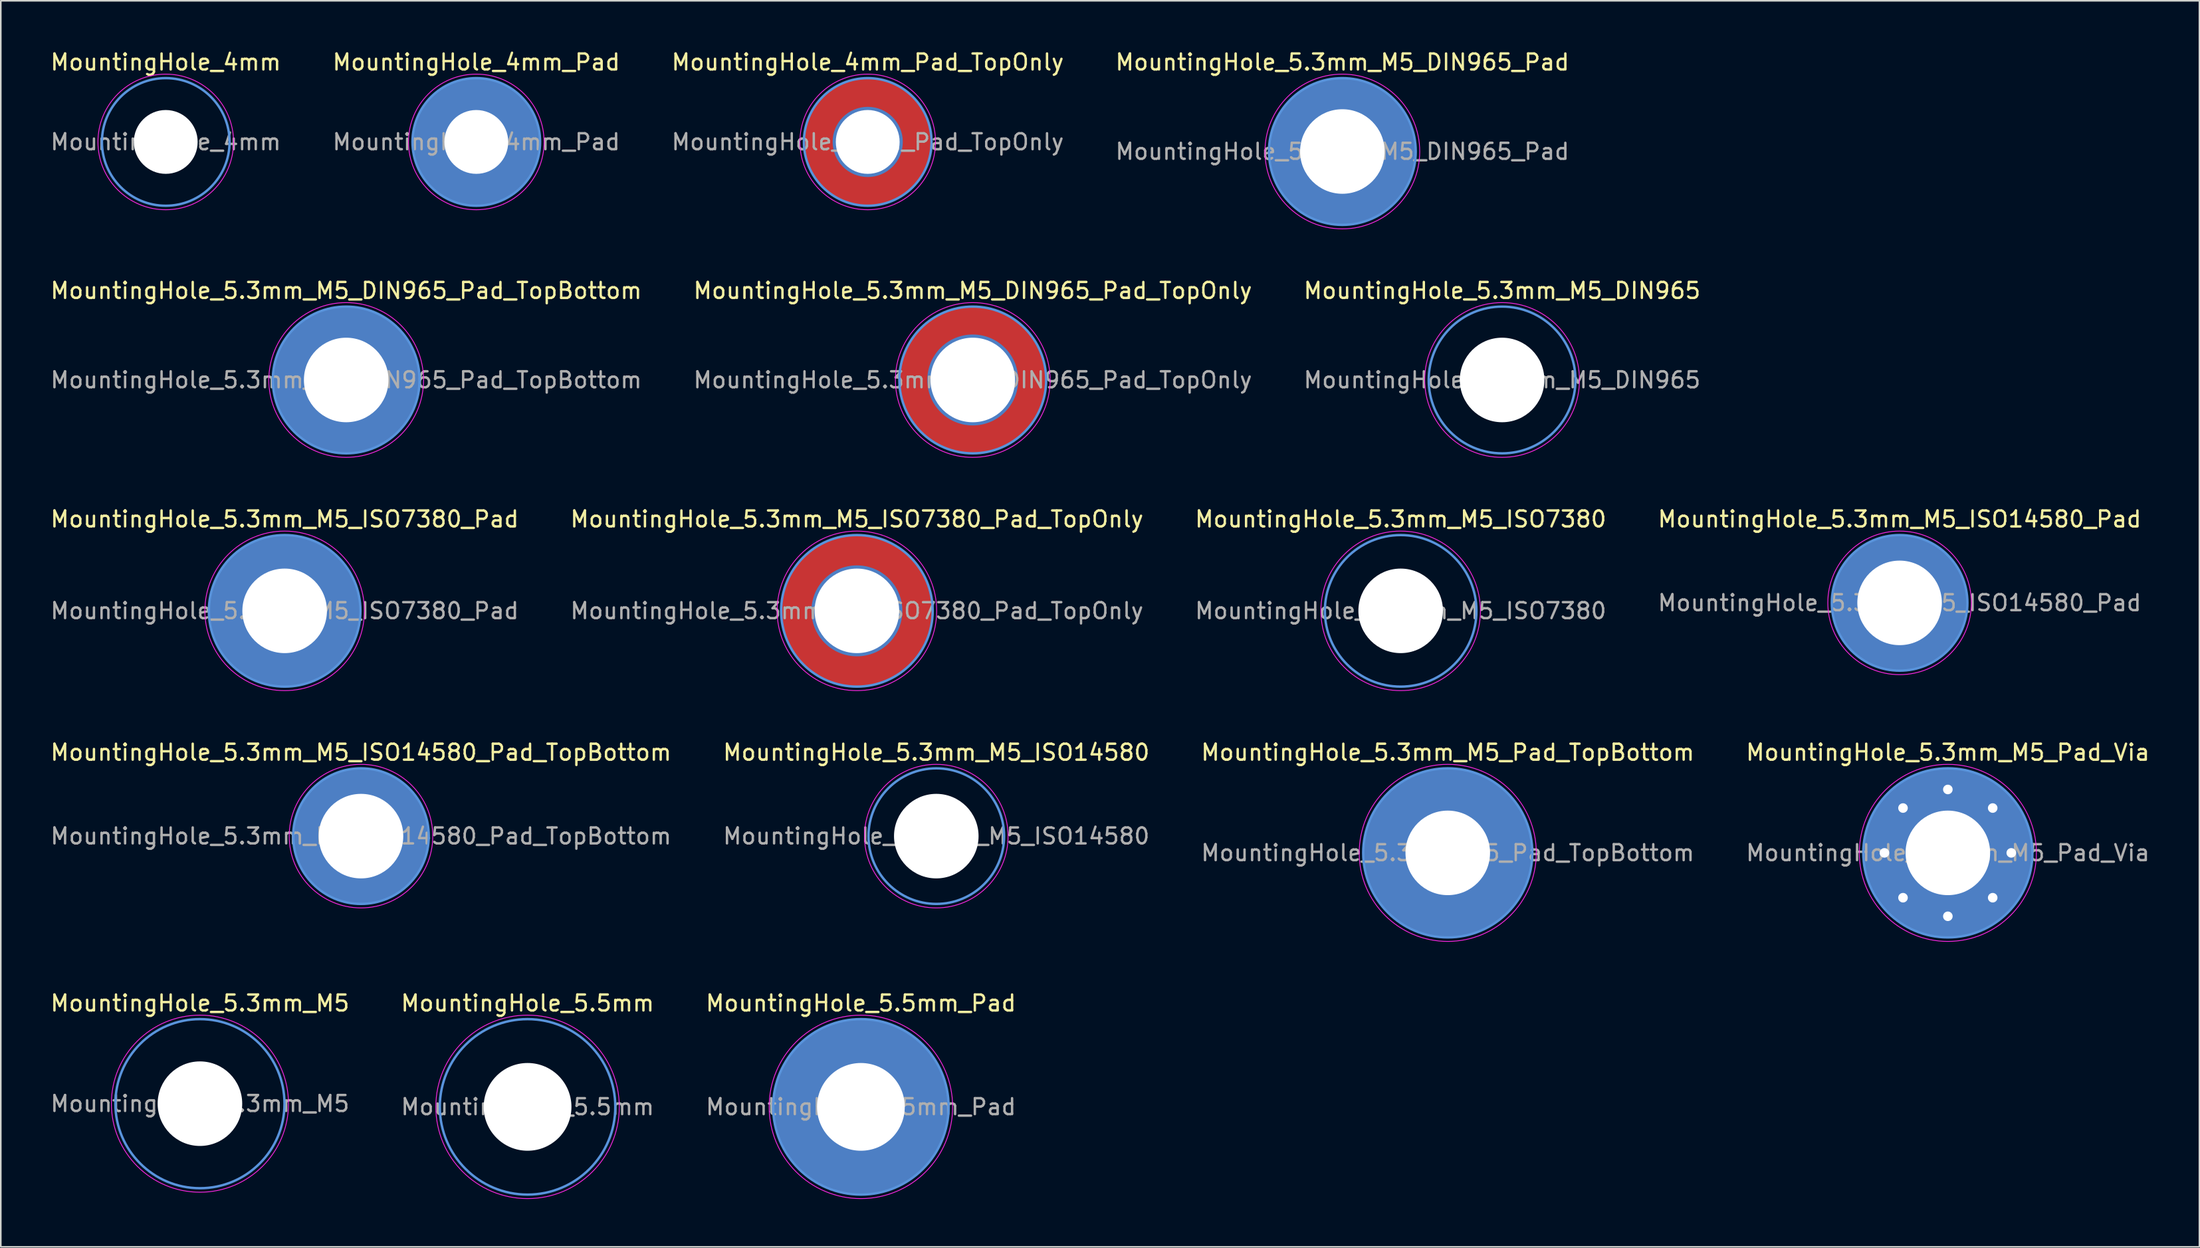
<source format=kicad_pcb>
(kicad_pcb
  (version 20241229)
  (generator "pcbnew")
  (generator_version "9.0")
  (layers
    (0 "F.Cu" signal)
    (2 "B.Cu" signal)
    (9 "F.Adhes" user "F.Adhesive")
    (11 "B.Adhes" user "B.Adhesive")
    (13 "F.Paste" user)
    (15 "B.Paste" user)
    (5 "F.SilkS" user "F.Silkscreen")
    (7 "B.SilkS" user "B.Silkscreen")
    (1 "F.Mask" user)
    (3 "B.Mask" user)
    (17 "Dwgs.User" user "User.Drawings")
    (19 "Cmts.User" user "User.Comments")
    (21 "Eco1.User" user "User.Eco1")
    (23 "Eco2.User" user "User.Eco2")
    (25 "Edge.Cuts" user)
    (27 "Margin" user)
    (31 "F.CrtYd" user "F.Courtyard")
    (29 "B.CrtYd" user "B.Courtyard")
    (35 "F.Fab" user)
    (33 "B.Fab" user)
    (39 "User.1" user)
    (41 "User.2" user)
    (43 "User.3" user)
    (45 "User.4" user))
  (footprint "MountingHole_5.3mm_M5_DIN965_Pad"
    (layer "F.Cu")
    (at 81.089 6.448)
    (property "Reference" "MountingHole_5.3mm_M5_DIN965_Pad" (at 0 -5.6 0) (layer "F.SilkS") (effects (font (size 1 1) (thickness 0.15))))
    (attr through_hole exclude_from_pos_files exclude_from_bom)
    (fp_circle (center 0 0) (end 4.6 0) (stroke (width 0.15) (type solid)) (fill no) (layer "Cmts.User"))
    (fp_circle (center 0 0) (end 4.85 0) (stroke (width 0.05) (type solid)) (fill no) (layer "F.CrtYd"))
    (fp_text user "${REFERENCE}" (at 0 0 0) (layer "F.Fab") (effects (font (size 1 1) (thickness 0.15))))
    (pad "" thru_hole circle (at 0 0) (size 9.2 9.2) (drill 5.3) (layers "*.Cu" "*.Mask")))
  (footprint "MountingHole_5.3mm_M5_DIN965_Pad_TopOnly"
    (layer "F.Cu")
    (at 57.923 20.771)
    (property "Reference" "MountingHole_5.3mm_M5_DIN965_Pad_TopOnly" (at 0 -5.6 0) (layer "F.SilkS") (effects (font (size 1 1) (thickness 0.15))))
    (attr exclude_from_pos_files exclude_from_bom)
    (fp_circle (center 0 0) (end 4.6 0) (stroke (width 0.15) (type solid)) (fill no) (layer "Cmts.User"))
    (fp_circle (center 0 0) (end 4.85 0) (stroke (width 0.05) (type solid)) (fill no) (layer "F.CrtYd"))
    (fp_text user "${REFERENCE}" (at 0 0 0) (layer "F.Fab") (effects (font (size 1 1) (thickness 0.15))))
    (pad "1" thru_hole circle (at 0 0) (size 5.7 5.7) (drill 5.3) (layers "*.Cu" "*.Mask"))
    (pad "1" connect circle (at 0 0) (size 9.2 9.2) (layers "F.Cu" "F.Mask")))
  (footprint "MountingHole_5.3mm_M5_ISO7380"
    (layer "F.Cu")
    (at 84.744 35.245)
    (property "Reference" "MountingHole_5.3mm_M5_ISO7380" (at 0 -5.75 0) (layer "F.SilkS") (effects (font (size 1 1) (thickness 0.15))))
    (attr through_hole exclude_from_pos_files exclude_from_bom)
    (fp_circle (center 0 0) (end 4.75 0) (stroke (width 0.15) (type solid)) (fill no) (layer "Cmts.User"))
    (fp_circle (center 0 0) (end 5 0) (stroke (width 0.05) (type solid)) (fill no) (layer "F.CrtYd"))
    (fp_text user "${REFERENCE}" (at 0 0 0) (layer "F.Fab") (effects (font (size 1 1) (thickness 0.15))))
    (pad "" np_thru_hole circle (at 0 0) (size 5.3 5.3) (drill 5.3) (layers "*.Cu" "*.Mask")))
  (footprint "MountingHole_5.3mm_M5_Pad_Via"
    (layer "F.Cu")
    (at 119.042 50.418)
    (property "Reference" "MountingHole_5.3mm_M5_Pad_Via" (at 0 -6.3 0) (layer "F.SilkS") (effects (font (size 1 1) (thickness 0.15))))
    (attr exclude_from_pos_files exclude_from_bom)
    (fp_circle (center 0 0) (end 5.3 0) (stroke (width 0.15) (type solid)) (fill no) (layer "Cmts.User"))
    (fp_circle (center 0 0) (end 5.55 0) (stroke (width 0.05) (type solid)) (fill no) (layer "F.CrtYd"))
    (fp_text user "${REFERENCE}" (at 0 0 0) (layer "F.Fab") (effects (font (size 1 1) (thickness 0.15))))
    (pad "" thru_hole circle (at -3.975 0) (size 0.9 0.9) (drill 0.6) (layers "*.Cu" "*.Mask"))
    (pad "" thru_hole circle (at -2.811 -2.811) (size 0.9 0.9) (drill 0.6) (layers "*.Cu" "*.Mask"))
    (pad "" thru_hole circle (at -2.811 2.811) (size 0.9 0.9) (drill 0.6) (layers "*.Cu" "*.Mask"))
    (pad "" thru_hole circle (at 0 -3.975) (size 0.9 0.9) (drill 0.6) (layers "*.Cu" "*.Mask"))
    (pad "" thru_hole circle (at 0 0) (size 10.6 10.6) (drill 5.3) (layers "*.Cu" "*.Mask"))
    (pad "" thru_hole circle (at 0 3.975) (size 0.9 0.9) (drill 0.6) (layers "*.Cu" "*.Mask"))
    (pad "" thru_hole circle (at 2.811 -2.811) (size 0.9 0.9) (drill 0.6) (layers "*.Cu" "*.Mask"))
    (pad "" thru_hole circle (at 2.811 2.811) (size 0.9 0.9) (drill 0.6) (layers "*.Cu" "*.Mask"))
    (pad "" thru_hole circle (at 3.975 0) (size 0.9 0.9) (drill 0.6) (layers "*.Cu" "*.Mask")))
  (footprint "MountingHole_5.5mm_Pad"
    (layer "F.Cu")
    (at 50.911 66.341)
    (property "Reference" "MountingHole_5.5mm_Pad" (at 0 -6.5 0) (layer "F.SilkS") (effects (font (size 1 1) (thickness 0.15))))
    (attr exclude_from_pos_files exclude_from_bom)
    (fp_circle (center 0 0) (end 5.5 0) (stroke (width 0.15) (type solid)) (fill no) (layer "Cmts.User"))
    (fp_circle (center 0 0) (end 5.75 0) (stroke (width 0.05) (type solid)) (fill no) (layer "F.CrtYd"))
    (fp_text user "${REFERENCE}" (at 0 0 0) (layer "F.Fab") (effects (font (size 1 1) (thickness 0.15))))
    (pad "1" thru_hole circle (at 0 0) (size 11 11) (drill 5.5) (layers "*.Cu" "*.Mask")))
  (footprint "MountingHole_5.3mm_M5_ISO14580"
    (layer "F.Cu")
    (at 55.637 49.368)
    (property "Reference" "MountingHole_5.3mm_M5_ISO14580" (at 0 -5.25 0) (layer "F.SilkS") (effects (font (size 1 1) (thickness 0.15))))
    (attr exclude_from_pos_files exclude_from_bom)
    (fp_circle (center 0 0) (end 4.25 0) (stroke (width 0.15) (type solid)) (fill no) (layer "Cmts.User"))
    (fp_circle (center 0 0) (end 4.5 0) (stroke (width 0.05) (type solid)) (fill no) (layer "F.CrtYd"))
    (fp_text user "${REFERENCE}" (at 0 0 0) (layer "F.Fab") (effects (font (size 1 1) (thickness 0.15))))
    (pad "" np_thru_hole circle (at 0 0) (size 5.3 5.3) (drill 5.3) (layers "*.Cu" "*.Mask")))
  (footprint "MountingHole_5.3mm_M5_ISO14580_Pad_TopBottom"
    (layer "F.Cu")
    (at 19.577 49.368)
    (property "Reference" "MountingHole_5.3mm_M5_ISO14580_Pad_TopBottom" (at 0 -5.25 0) (layer "F.SilkS") (effects (font (size 1 1) (thickness 0.15))))
    (attr exclude_from_pos_files exclude_from_bom)
    (fp_circle (center 0 0) (end 4.25 0) (stroke (width 0.15) (type solid)) (fill no) (layer "Cmts.User"))
    (fp_circle (center 0 0) (end 4.5 0) (stroke (width 0.05) (type solid)) (fill no) (layer "F.CrtYd"))
    (fp_text user "${REFERENCE}" (at 0 0 0) (layer "F.Fab") (effects (font (size 1 1) (thickness 0.15))))
    (pad "" thru_hole circle (at 0 0) (size 5.7 5.7) (drill 5.3) (layers "*.Cu" "*.Mask"))
    (pad "" connect circle (at 0 0) (size 8.5 8.5) (layers "F.Cu" "F.Mask"))
    (pad "" connect circle (at 0 0) (size 8.5 8.5) (layers "B.Cu" "B.Mask")))
  (footprint "MountingHole_5.3mm_M5_ISO7380_Pad_TopOnly"
    (layer "F.Cu")
    (at 50.661 35.245)
    (property "Reference" "MountingHole_5.3mm_M5_ISO7380_Pad_TopOnly" (at 0 -5.75 0) (layer "F.SilkS") (effects (font (size 1 1) (thickness 0.15))))
    (attr through_hole exclude_from_pos_files exclude_from_bom)
    (fp_circle (center 0 0) (end 4.75 0) (stroke (width 0.15) (type solid)) (fill no) (layer "Cmts.User"))
    (fp_circle (center 0 0) (end 5 0) (stroke (width 0.05) (type solid)) (fill no) (layer "F.CrtYd"))
    (fp_text user "${REFERENCE}" (at 0 0 0) (layer "F.Fab") (effects (font (size 1 1) (thickness 0.15))))
    (pad "" thru_hole circle (at 0 0) (size 5.7 5.7) (drill 5.3) (layers "*.Cu" "*.Mask"))
    (pad "" connect circle (at 0 0) (size 9.5 9.5) (layers "F.Cu" "F.Mask")))
  (footprint "MountingHole_4mm_Pad"
    (layer "F.Cu")
    (at 26.804 5.848)
    (property "Reference" "MountingHole_4mm_Pad" (at 0 -5 0) (layer "F.SilkS") (effects (font (size 1 1) (thickness 0.15))))
    (attr exclude_from_pos_files exclude_from_bom)
    (fp_circle (center 0 0) (end 4 0) (stroke (width 0.15) (type solid)) (fill no) (layer "Cmts.User"))
    (fp_circle (center 0 0) (end 4.25 0) (stroke (width 0.05) (type solid)) (fill no) (layer "F.CrtYd"))
    (fp_text user "${REFERENCE}" (at 0 0 0) (layer "F.Fab") (effects (font (size 1 1) (thickness 0.15))))
    (pad "" thru_hole circle (at 0 0) (size 8 8) (drill 4) (layers "*.Cu" "*.Mask")))
  (footprint "MountingHole_5.3mm_M5_ISO7380_Pad"
    (layer "F.Cu")
    (at 14.792 35.245)
    (property "Reference" "MountingHole_5.3mm_M5_ISO7380_Pad" (at 0 -5.75 0) (layer "F.SilkS") (effects (font (size 1 1) (thickness 0.15))))
    (attr exclude_from_pos_files exclude_from_bom)
    (fp_circle (center 0 0) (end 4.75 0) (stroke (width 0.15) (type solid)) (fill no) (layer "Cmts.User"))
    (fp_circle (center 0 0) (end 5 0) (stroke (width 0.05) (type solid)) (fill no) (layer "F.CrtYd"))
    (fp_text user "${REFERENCE}" (at 0 0 0) (layer "F.Fab") (effects (font (size 1 1) (thickness 0.15))))
    (pad "1" thru_hole circle (at 0 0) (size 9.5 9.5) (drill 5.3) (layers "*.Cu" "*.Mask")))
  (footprint "MountingHole_5.3mm_M5_ISO14580_Pad"
    (layer "F.Cu")
    (at 116.018 34.745)
    (property "Reference" "MountingHole_5.3mm_M5_ISO14580_Pad" (at 0 -5.25 0) (layer "F.SilkS") (effects (font (size 1 1) (thickness 0.15))))
    (attr exclude_from_pos_files exclude_from_bom)
    (fp_circle (center 0 0) (end 4.25 0) (stroke (width 0.15) (type solid)) (fill no) (layer "Cmts.User"))
    (fp_circle (center 0 0) (end 4.5 0) (stroke (width 0.05) (type solid)) (fill no) (layer "F.CrtYd"))
    (fp_text user "${REFERENCE}" (at 0 0 0) (layer "F.Fab") (effects (font (size 1 1) (thickness 0.15))))
    (pad "" thru_hole circle (at 0 0) (size 8.5 8.5) (drill 5.3) (layers "*.Cu" "*.Mask")))
  (footprint "MountingHole_4mm"
    (layer "F.Cu")
    (at 7.339 5.848)
    (property "Reference" "MountingHole_4mm" (at 0 -5 0) (layer "F.SilkS") (effects (font (size 1 1) (thickness 0.15))))
    (attr exclude_from_pos_files exclude_from_bom)
    (fp_circle (center 0 0) (end 4 0) (stroke (width 0.15) (type solid)) (fill no) (layer "Cmts.User"))
    (fp_circle (center 0 0) (end 4.25 0) (stroke (width 0.05) (type solid)) (fill no) (layer "F.CrtYd"))
    (fp_text user "${REFERENCE}" (at 0 0 0) (layer "F.Fab") (effects (font (size 1 1) (thickness 0.15))))
    (pad "" np_thru_hole circle (at 0 0) (size 4 4) (drill 4) (layers "*.Cu" "*.Mask")))
  (footprint "MountingHole_5.3mm_M5_Pad_TopBottom"
    (layer "F.Cu")
    (at 87.696 50.418)
    (property "Reference" "MountingHole_5.3mm_M5_Pad_TopBottom" (at 0 -6.3 0) (layer "F.SilkS") (effects (font (size 1 1) (thickness 0.15))))
    (attr exclude_from_pos_files exclude_from_bom)
    (fp_circle (center 0 0) (end 5.3 0) (stroke (width 0.15) (type solid)) (fill no) (layer "Cmts.User"))
    (fp_circle (center 0 0) (end 5.55 0) (stroke (width 0.05) (type solid)) (fill no) (layer "F.CrtYd"))
    (fp_text user "${REFERENCE}" (at 0 0 0) (layer "F.Fab") (effects (font (size 1 1) (thickness 0.15))))
    (pad "" thru_hole circle (at 0 0) (size 5.7 5.7) (drill 5.3) (layers "*.Cu" "*.Mask"))
    (pad "" connect circle (at 0 0) (size 10.6 10.6) (layers "F.Cu" "F.Mask"))
    (pad "" connect circle (at 0 0) (size 10.6 10.6) (layers "B.Cu" "B.Mask")))
  (footprint "MountingHole_4mm_Pad_TopOnly"
    (layer "F.Cu")
    (at 51.339 5.848)
    (property "Reference" "MountingHole_4mm_Pad_TopOnly" (at 0 -5 0) (layer "F.SilkS") (effects (font (size 1 1) (thickness 0.15))))
    (attr through_hole exclude_from_pos_files exclude_from_bom)
    (fp_circle (center 0 0) (end 4 0) (stroke (width 0.15) (type solid)) (fill no) (layer "Cmts.User"))
    (fp_circle (center 0 0) (end 4.25 0) (stroke (width 0.05) (type solid)) (fill no) (layer "F.CrtYd"))
    (fp_text user "${REFERENCE}" (at 0 0 0) (layer "F.Fab") (effects (font (size 1 1) (thickness 0.15))))
    (pad "" thru_hole circle (at 0 0) (size 4.4 4.4) (drill 4) (layers "*.Cu" "*.Mask"))
    (pad "" connect circle (at 0 0) (size 8 8) (layers "F.Cu" "F.Mask")))
  (footprint "MountingHole_5.3mm_M5_DIN965"
    (layer "F.Cu")
    (at 91.101 20.771)
    (property "Reference" "MountingHole_5.3mm_M5_DIN965" (at 0 -5.6 0) (layer "F.SilkS") (effects (font (size 1 1) (thickness 0.15))))
    (attr through_hole exclude_from_pos_files exclude_from_bom)
    (fp_circle (center 0 0) (end 4.6 0) (stroke (width 0.15) (type solid)) (fill no) (layer "Cmts.User"))
    (fp_circle (center 0 0) (end 4.85 0) (stroke (width 0.05) (type solid)) (fill no) (layer "F.CrtYd"))
    (fp_text user "${REFERENCE}" (at 0 0 0) (layer "F.Fab") (effects (font (size 1 1) (thickness 0.15))))
    (pad "" np_thru_hole circle (at 0 0) (size 5.3 5.3) (drill 5.3) (layers "*.Cu" "*.Mask")))
  (footprint "MountingHole_5.3mm_M5_DIN965_Pad_TopBottom"
    (layer "F.Cu")
    (at 18.649 20.771)
    (property "Reference" "MountingHole_5.3mm_M5_DIN965_Pad_TopBottom" (at 0 -5.6 0) (layer "F.SilkS") (effects (font (size 1 1) (thickness 0.15))))
    (attr exclude_from_pos_files exclude_from_bom)
    (fp_circle (center 0 0) (end 4.6 0) (stroke (width 0.15) (type solid)) (fill no) (layer "Cmts.User"))
    (fp_circle (center 0 0) (end 4.85 0) (stroke (width 0.05) (type solid)) (fill no) (layer "F.CrtYd"))
    (fp_text user "${REFERENCE}" (at 0 0 0) (layer "F.Fab") (effects (font (size 1 1) (thickness 0.15))))
    (pad "1" thru_hole circle (at 0 0) (size 5.7 5.7) (drill 5.3) (layers "*.Cu" "*.Mask"))
    (pad "1" connect circle (at 0 0) (size 9.2 9.2) (layers "F.Cu" "F.Mask"))
    (pad "1" connect circle (at 0 0) (size 9.2 9.2) (layers "B.Cu" "B.Mask")))
  (footprint "MountingHole_5.5mm"
    (layer "F.Cu")
    (at 30.018 66.341)
    (property "Reference" "MountingHole_5.5mm" (at 0 -6.5 0) (layer "F.SilkS") (effects (font (size 1 1) (thickness 0.15))))
    (attr exclude_from_pos_files exclude_from_bom)
    (fp_circle (center 0 0) (end 5.5 0) (stroke (width 0.15) (type solid)) (fill no) (layer "Cmts.User"))
    (fp_circle (center 0 0) (end 5.75 0) (stroke (width 0.05) (type solid)) (fill no) (layer "F.CrtYd"))
    (fp_text user "${REFERENCE}" (at 0 0 0) (layer "F.Fab") (effects (font (size 1 1) (thickness 0.15))))
    (pad "" np_thru_hole circle (at 0 0) (size 5.5 5.5) (drill 5.5) (layers "*.Cu" "*.Mask")))
  (footprint "MountingHole_5.3mm_M5"
    (layer "F.Cu")
    (at 9.482 66.141)
    (property "Reference" "MountingHole_5.3mm_M5" (at 0 -6.3 0) (layer "F.SilkS") (effects (font (size 1 1) (thickness 0.15))))
    (attr through_hole exclude_from_pos_files exclude_from_bom)
    (fp_circle (center 0 0) (end 5.3 0) (stroke (width 0.15) (type solid)) (fill no) (layer "Cmts.User"))
    (fp_circle (center 0 0) (end 5.55 0) (stroke (width 0.05) (type solid)) (fill no) (layer "F.CrtYd"))
    (fp_text user "${REFERENCE}" (at 0 0 0) (layer "F.Fab") (effects (font (size 1 1) (thickness 0.15))))
    (pad "" np_thru_hole circle (at 0 0) (size 5.3 5.3) (drill 5.3) (layers "*.Cu" "*.Mask")))
  (gr_rect
    (start -3 -3)
    (end 134.81 75.116)
    (stroke (width 0.1) (type default))
    (fill no)
    (layer "Edge.Cuts")))
</source>
